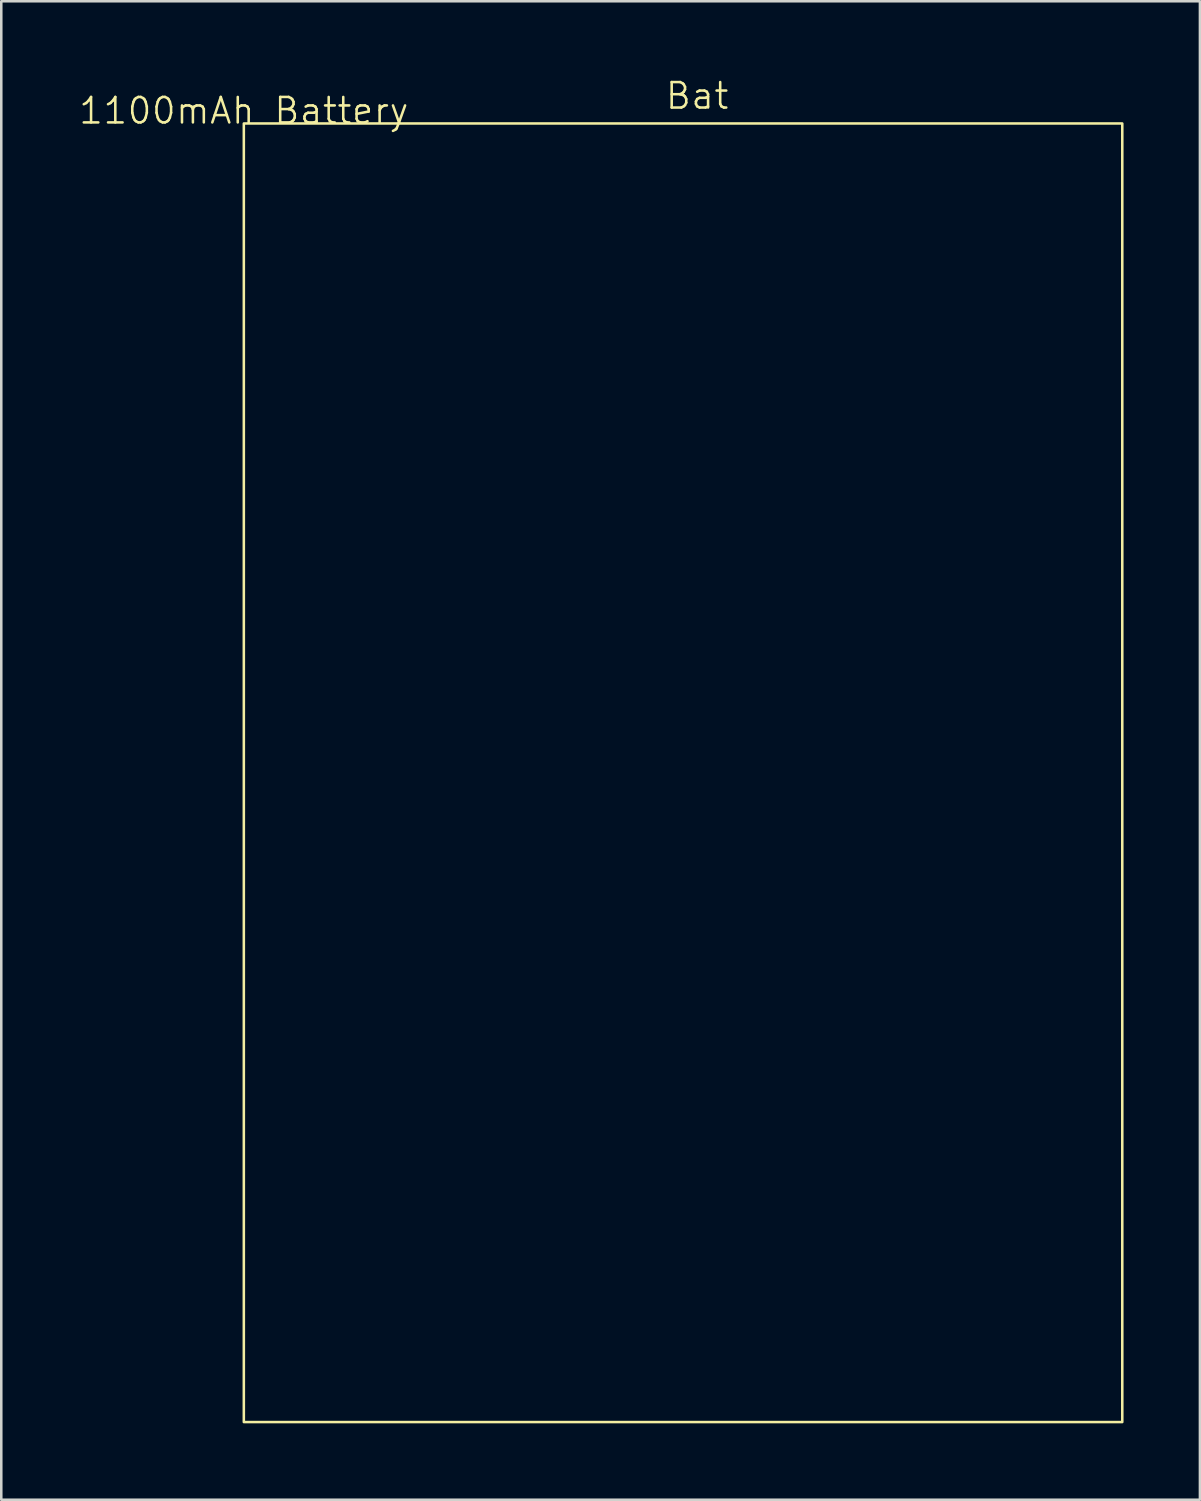
<source format=kicad_pcb>
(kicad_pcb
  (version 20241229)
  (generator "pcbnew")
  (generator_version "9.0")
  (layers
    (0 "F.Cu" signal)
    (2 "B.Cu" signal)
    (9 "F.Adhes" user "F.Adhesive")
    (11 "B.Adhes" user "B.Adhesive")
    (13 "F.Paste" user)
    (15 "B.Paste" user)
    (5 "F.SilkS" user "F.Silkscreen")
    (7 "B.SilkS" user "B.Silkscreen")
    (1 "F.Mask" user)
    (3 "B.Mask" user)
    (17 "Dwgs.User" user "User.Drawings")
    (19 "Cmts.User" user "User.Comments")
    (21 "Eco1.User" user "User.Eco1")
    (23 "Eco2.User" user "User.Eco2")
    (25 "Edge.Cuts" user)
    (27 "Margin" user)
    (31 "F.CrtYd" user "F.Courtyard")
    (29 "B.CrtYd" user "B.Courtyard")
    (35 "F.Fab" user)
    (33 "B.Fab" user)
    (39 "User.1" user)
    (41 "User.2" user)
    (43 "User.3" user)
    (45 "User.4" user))
  (footprint "1100mAh Battery"
    (layer "F.Cu")
    (at 6.526 1.8)
    (property "Reference" "1100mAh Battery" (at 0 -0.5 0) (unlocked yes) (layer "F.SilkS") (effects (font (size 1 1) (thickness 0.1))))
    (attr board_only exclude_from_pos_files exclude_from_bom)
    (fp_rect (start 0 0) (end 34.5 51) (stroke (width 0.1) (type solid)) (fill no) (layer "F.SilkS"))
    (fp_text user "Bat" (at 16.5 -0.5 0) (unlocked yes) (layer "F.SilkS") (effects (font (size 1 1) (thickness 0.1)) (justify left bottom))))
  (gr_rect
    (start -3 -3)
    (end 44.076 55.85)
    (stroke (width 0.1) (type default))
    (fill no)
    (layer "Edge.Cuts")))
</source>
